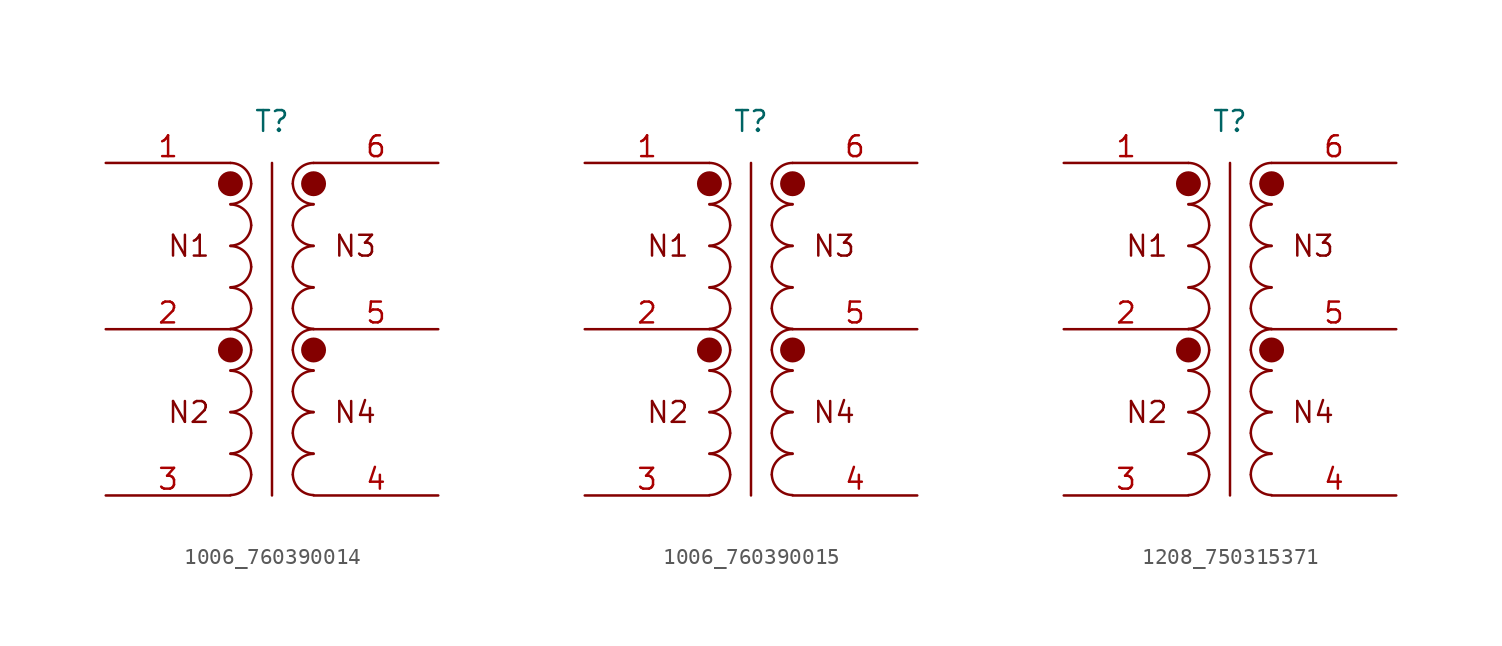
<source format=kicad_sym>
(kicad_symbol_lib
  (version 20220914)
  (generator kicad_symbol_editor)
  (symbol "1006_760390014"
    (pin_names hide)
    (property "Reference" "T"
      (at 0 12.7 0)
      (effects (font (size 1.27 1.27))))
    (property "Critical Parameter" ""
      (at 0 -5.08 0)
      (effects (font (size 1.27 1.27)) (justify left)))
    (symbol "1006_760390014_0_1"
      (arc (start -2.54 -10.1346) (mid -1.6561 -9.7663) (end -1.27 -8.89) (stroke (width 0) (type default)) (fill (type none)))
      (arc (start -2.54 -7.5946) (mid -1.6561 -7.2263) (end -1.27 -6.35) (stroke (width 0) (type default)) (fill (type none)))
      (arc (start -2.54 -5.0546) (mid -1.6561 -4.6863) (end -1.27 -3.81) (stroke (width 0) (type default)) (fill (type none)))
      (arc (start -2.54 -2.5146) (mid -1.6561 -2.1463) (end -1.27 -1.27) (stroke (width 0) (type default)) (fill (type none)))
      (arc (start -2.54 0.0254) (mid -1.6561 0.3937) (end -1.27 1.27) (stroke (width 0) (type default)) (fill (type none)))
      (arc (start -2.54 2.5654) (mid -1.6561 2.9337) (end -1.27 3.81) (stroke (width 0) (type default)) (fill (type none)))
      (arc (start -2.54 5.1054) (mid -1.6561 5.4737) (end -1.27 6.35) (stroke (width 0) (type default)) (fill (type none)))
      (arc (start -2.54 7.6454) (mid -1.6561 8.0137) (end -1.27 8.89) (stroke (width 0) (type default)) (fill (type none)))
      (arc (start -1.27 -8.89) (mid -1.642 -7.992) (end -2.54 -7.62) (stroke (width 0) (type default)) (fill (type none)))
      (arc (start -1.27 -6.35) (mid -1.642 -5.452) (end -2.54 -5.08) (stroke (width 0) (type default)) (fill (type none)))
      (arc (start -1.27 -3.81) (mid -1.642 -2.912) (end -2.54 -2.54) (stroke (width 0) (type default)) (fill (type none)))
      (arc (start -1.27 -1.27) (mid -1.642 -0.372) (end -2.54 0) (stroke (width 0) (type default)) (fill (type none)))
      (arc (start -1.27 1.27) (mid -1.642 2.168) (end -2.54 2.54) (stroke (width 0) (type default)) (fill (type none)))
      (arc (start -1.27 3.81) (mid -1.642 4.708) (end -2.54 5.08) (stroke (width 0) (type default)) (fill (type none)))
      (arc (start -1.27 6.35) (mid -1.642 7.248) (end -2.54 7.62) (stroke (width 0) (type default)) (fill (type none)))
      (arc (start -1.27 8.89) (mid -1.642 9.788) (end -2.54 10.16) (stroke (width 0) (type default)) (fill (type none)))
      (polyline (pts (xy 0 -10.16) (xy 0 10.16)) (stroke (width 0) (type default)) (fill (type none)))
      (arc (start 1.27 -8.89) (mid 1.6561 -9.7663) (end 2.54 -10.1346) (stroke (width 0) (type default)) (fill (type none)))
      (arc (start 1.27 -6.35) (mid 1.6561 -7.2263) (end 2.54 -7.5946) (stroke (width 0) (type default)) (fill (type none)))
      (arc (start 1.27 -3.81) (mid 1.6561 -4.6863) (end 2.54 -5.0546) (stroke (width 0) (type default)) (fill (type none)))
      (arc (start 1.27 -1.27) (mid 1.6561 -2.1463) (end 2.54 -2.5146) (stroke (width 0) (type default)) (fill (type none)))
      (arc (start 1.27 1.27) (mid 1.6561 0.3937) (end 2.54 0.0254) (stroke (width 0) (type default)) (fill (type none)))
      (arc (start 1.27 3.81) (mid 1.6561 2.9337) (end 2.54 2.5654) (stroke (width 0) (type default)) (fill (type none)))
      (arc (start 1.27 6.35) (mid 1.6561 5.4737) (end 2.54 5.1054) (stroke (width 0) (type default)) (fill (type none)))
      (arc (start 1.27 8.89) (mid 1.6561 8.0137) (end 2.54 7.6454) (stroke (width 0) (type default)) (fill (type none)))
      (arc (start 2.54 -7.62) (mid 1.642 -7.992) (end 1.27 -8.89) (stroke (width 0) (type default)) (fill (type none)))
      (arc (start 2.54 -5.08) (mid 1.642 -5.452) (end 1.27 -6.35) (stroke (width 0) (type default)) (fill (type none)))
      (arc (start 2.54 -2.54) (mid 1.642 -2.912) (end 1.27 -3.81) (stroke (width 0) (type default)) (fill (type none)))
      (arc (start 2.54 0) (mid 1.642 -0.372) (end 1.27 -1.27) (stroke (width 0) (type default)) (fill (type none)))
      (arc (start 2.54 2.54) (mid 1.642 2.168) (end 1.27 1.27) (stroke (width 0) (type default)) (fill (type none)))
      (arc (start 2.54 5.08) (mid 1.642 4.708) (end 1.27 3.81) (stroke (width 0) (type default)) (fill (type none)))
      (arc (start 2.54 7.62) (mid 1.642 7.248) (end 1.27 6.35) (stroke (width 0) (type default)) (fill (type none)))
      (arc (start 2.54 10.16) (mid 1.642 9.788) (end 1.27 8.89) (stroke (width 0) (type default)) (fill (type none))))
    (symbol "1006_760390014_1_1"
      (circle (center -2.54 -1.27) (radius 0.0001) (stroke (width 0.762) (type default)) (fill (type none)))
      (circle (center -2.54 8.89) (radius 0.0001) (stroke (width 0.762) (type default)) (fill (type none)))
      (circle (center 2.54 -1.27) (radius 0.0001) (stroke (width 0.762) (type default)) (fill (type none)))
      (circle (center 2.54 8.89) (radius 0.0001) (stroke (width 0.762) (type default)) (fill (type none)))
      (text "N1" (at -5.08 5.08 0) (effects (font (size 1.27 1.27))))
      (text "N2" (at -5.08 -5.08 0) (effects (font (size 1.27 1.27))))
      (text "N3" (at 5.08 5.08 0) (effects (font (size 1.27 1.27))))
      (text "N4" (at 5.08 -5.08 0) (effects (font (size 1.27 1.27))))
      (pin passive line (at -10.16 10.16 0) (length 7.62) (name "1" (effects (font (size 1.27 1.27)))) (number "1" (effects (font (size 1.27 1.27)))))
      (pin passive line (at -10.16 0 0) (length 7.62) (name "2" (effects (font (size 1.27 1.27)))) (number "2" (effects (font (size 1.27 1.27)))))
      (pin passive line (at -10.16 -10.16 0) (length 7.62) (name "3" (effects (font (size 1.27 1.27)))) (number "3" (effects (font (size 1.27 1.27)))))
      (pin passive line (at 10.16 -10.16 180) (length 7.62) (name "4" (effects (font (size 1.27 1.27)))) (number "4" (effects (font (size 1.27 1.27)))))
      (pin passive line (at 10.16 0 180) (length 7.62) (name "5" (effects (font (size 1.27 1.27)))) (number "5" (effects (font (size 1.27 1.27)))))
      (pin passive line (at 10.16 10.16 180) (length 7.62) (name "6" (effects (font (size 1.27 1.27)))) (number "6" (effects (font (size 1.27 1.27)))))))
  (symbol "1006_760390015"
    (pin_names hide)
    (property "Reference" "T"
      (at 0 12.7 0)
      (effects (font (size 1.27 1.27))))
    (property "Critical Parameter" ""
      (at 0 -5.08 0)
      (effects (font (size 1.27 1.27)) (justify left)))
    (symbol "1006_760390015_0_1"
      (arc (start -2.54 -10.1346) (mid -1.6561 -9.7663) (end -1.27 -8.89) (stroke (width 0) (type default)) (fill (type none)))
      (arc (start -2.54 -7.5946) (mid -1.6561 -7.2263) (end -1.27 -6.35) (stroke (width 0) (type default)) (fill (type none)))
      (arc (start -2.54 -5.0546) (mid -1.6561 -4.6863) (end -1.27 -3.81) (stroke (width 0) (type default)) (fill (type none)))
      (arc (start -2.54 -2.5146) (mid -1.6561 -2.1463) (end -1.27 -1.27) (stroke (width 0) (type default)) (fill (type none)))
      (arc (start -2.54 0.0254) (mid -1.6561 0.3937) (end -1.27 1.27) (stroke (width 0) (type default)) (fill (type none)))
      (arc (start -2.54 2.5654) (mid -1.6561 2.9337) (end -1.27 3.81) (stroke (width 0) (type default)) (fill (type none)))
      (arc (start -2.54 5.1054) (mid -1.6561 5.4737) (end -1.27 6.35) (stroke (width 0) (type default)) (fill (type none)))
      (arc (start -2.54 7.6454) (mid -1.6561 8.0137) (end -1.27 8.89) (stroke (width 0) (type default)) (fill (type none)))
      (arc (start -1.27 -8.89) (mid -1.642 -7.992) (end -2.54 -7.62) (stroke (width 0) (type default)) (fill (type none)))
      (arc (start -1.27 -6.35) (mid -1.642 -5.452) (end -2.54 -5.08) (stroke (width 0) (type default)) (fill (type none)))
      (arc (start -1.27 -3.81) (mid -1.642 -2.912) (end -2.54 -2.54) (stroke (width 0) (type default)) (fill (type none)))
      (arc (start -1.27 -1.27) (mid -1.642 -0.372) (end -2.54 0) (stroke (width 0) (type default)) (fill (type none)))
      (arc (start -1.27 1.27) (mid -1.642 2.168) (end -2.54 2.54) (stroke (width 0) (type default)) (fill (type none)))
      (arc (start -1.27 3.81) (mid -1.642 4.708) (end -2.54 5.08) (stroke (width 0) (type default)) (fill (type none)))
      (arc (start -1.27 6.35) (mid -1.642 7.248) (end -2.54 7.62) (stroke (width 0) (type default)) (fill (type none)))
      (arc (start -1.27 8.89) (mid -1.642 9.788) (end -2.54 10.16) (stroke (width 0) (type default)) (fill (type none)))
      (polyline (pts (xy 0 -10.16) (xy 0 10.16)) (stroke (width 0) (type default)) (fill (type none)))
      (arc (start 1.27 -8.89) (mid 1.6561 -9.7663) (end 2.54 -10.1346) (stroke (width 0) (type default)) (fill (type none)))
      (arc (start 1.27 -6.35) (mid 1.6561 -7.2263) (end 2.54 -7.5946) (stroke (width 0) (type default)) (fill (type none)))
      (arc (start 1.27 -3.81) (mid 1.6561 -4.6863) (end 2.54 -5.0546) (stroke (width 0) (type default)) (fill (type none)))
      (arc (start 1.27 -1.27) (mid 1.6561 -2.1463) (end 2.54 -2.5146) (stroke (width 0) (type default)) (fill (type none)))
      (arc (start 1.27 1.27) (mid 1.6561 0.3937) (end 2.54 0.0254) (stroke (width 0) (type default)) (fill (type none)))
      (arc (start 1.27 3.81) (mid 1.6561 2.9337) (end 2.54 2.5654) (stroke (width 0) (type default)) (fill (type none)))
      (arc (start 1.27 6.35) (mid 1.6561 5.4737) (end 2.54 5.1054) (stroke (width 0) (type default)) (fill (type none)))
      (arc (start 1.27 8.89) (mid 1.6561 8.0137) (end 2.54 7.6454) (stroke (width 0) (type default)) (fill (type none)))
      (arc (start 2.54 -7.62) (mid 1.642 -7.992) (end 1.27 -8.89) (stroke (width 0) (type default)) (fill (type none)))
      (arc (start 2.54 -5.08) (mid 1.642 -5.452) (end 1.27 -6.35) (stroke (width 0) (type default)) (fill (type none)))
      (arc (start 2.54 -2.54) (mid 1.642 -2.912) (end 1.27 -3.81) (stroke (width 0) (type default)) (fill (type none)))
      (arc (start 2.54 0) (mid 1.642 -0.372) (end 1.27 -1.27) (stroke (width 0) (type default)) (fill (type none)))
      (arc (start 2.54 2.54) (mid 1.642 2.168) (end 1.27 1.27) (stroke (width 0) (type default)) (fill (type none)))
      (arc (start 2.54 5.08) (mid 1.642 4.708) (end 1.27 3.81) (stroke (width 0) (type default)) (fill (type none)))
      (arc (start 2.54 7.62) (mid 1.642 7.248) (end 1.27 6.35) (stroke (width 0) (type default)) (fill (type none)))
      (arc (start 2.54 10.16) (mid 1.642 9.788) (end 1.27 8.89) (stroke (width 0) (type default)) (fill (type none))))
    (symbol "1006_760390015_1_1"
      (circle (center -2.54 -1.27) (radius 0.0001) (stroke (width 0.762) (type default)) (fill (type none)))
      (circle (center -2.54 8.89) (radius 0.0001) (stroke (width 0.762) (type default)) (fill (type none)))
      (circle (center 2.54 -1.27) (radius 0.0001) (stroke (width 0.762) (type default)) (fill (type none)))
      (circle (center 2.54 8.89) (radius 0.0001) (stroke (width 0.762) (type default)) (fill (type none)))
      (text "N1" (at -5.08 5.08 0) (effects (font (size 1.27 1.27))))
      (text "N2" (at -5.08 -5.08 0) (effects (font (size 1.27 1.27))))
      (text "N3" (at 5.08 5.08 0) (effects (font (size 1.27 1.27))))
      (text "N4" (at 5.08 -5.08 0) (effects (font (size 1.27 1.27))))
      (pin passive line (at -10.16 10.16 0) (length 7.62) (name "1" (effects (font (size 1.27 1.27)))) (number "1" (effects (font (size 1.27 1.27)))))
      (pin passive line (at -10.16 0 0) (length 7.62) (name "2" (effects (font (size 1.27 1.27)))) (number "2" (effects (font (size 1.27 1.27)))))
      (pin passive line (at -10.16 -10.16 0) (length 7.62) (name "3" (effects (font (size 1.27 1.27)))) (number "3" (effects (font (size 1.27 1.27)))))
      (pin passive line (at 10.16 -10.16 180) (length 7.62) (name "4" (effects (font (size 1.27 1.27)))) (number "4" (effects (font (size 1.27 1.27)))))
      (pin passive line (at 10.16 0 180) (length 7.62) (name "5" (effects (font (size 1.27 1.27)))) (number "5" (effects (font (size 1.27 1.27)))))
      (pin passive line (at 10.16 10.16 180) (length 7.62) (name "6" (effects (font (size 1.27 1.27)))) (number "6" (effects (font (size 1.27 1.27)))))))
  (symbol "1208_750315371"
    (pin_names hide)
    (property "Reference" "T"
      (at 0 12.7 0)
      (effects (font (size 1.27 1.27))))
    (property "Critical Parameter" ""
      (at 0 -5.08 0)
      (effects (font (size 1.27 1.27)) (justify left)))
    (symbol "1208_750315371_0_1"
      (arc (start -2.54 -10.1346) (mid -1.6561 -9.7663) (end -1.27 -8.89) (stroke (width 0) (type default)) (fill (type none)))
      (arc (start -2.54 -7.5946) (mid -1.6561 -7.2263) (end -1.27 -6.35) (stroke (width 0) (type default)) (fill (type none)))
      (arc (start -2.54 -5.0546) (mid -1.6561 -4.6863) (end -1.27 -3.81) (stroke (width 0) (type default)) (fill (type none)))
      (arc (start -2.54 -2.5146) (mid -1.6561 -2.1463) (end -1.27 -1.27) (stroke (width 0) (type default)) (fill (type none)))
      (arc (start -2.54 0.0254) (mid -1.6561 0.3937) (end -1.27 1.27) (stroke (width 0) (type default)) (fill (type none)))
      (arc (start -2.54 2.5654) (mid -1.6561 2.9337) (end -1.27 3.81) (stroke (width 0) (type default)) (fill (type none)))
      (arc (start -2.54 5.1054) (mid -1.6561 5.4737) (end -1.27 6.35) (stroke (width 0) (type default)) (fill (type none)))
      (arc (start -2.54 7.6454) (mid -1.6561 8.0137) (end -1.27 8.89) (stroke (width 0) (type default)) (fill (type none)))
      (arc (start -1.27 -8.89) (mid -1.642 -7.992) (end -2.54 -7.62) (stroke (width 0) (type default)) (fill (type none)))
      (arc (start -1.27 -6.35) (mid -1.642 -5.452) (end -2.54 -5.08) (stroke (width 0) (type default)) (fill (type none)))
      (arc (start -1.27 -3.81) (mid -1.642 -2.912) (end -2.54 -2.54) (stroke (width 0) (type default)) (fill (type none)))
      (arc (start -1.27 -1.27) (mid -1.642 -0.372) (end -2.54 0) (stroke (width 0) (type default)) (fill (type none)))
      (arc (start -1.27 1.27) (mid -1.642 2.168) (end -2.54 2.54) (stroke (width 0) (type default)) (fill (type none)))
      (arc (start -1.27 3.81) (mid -1.642 4.708) (end -2.54 5.08) (stroke (width 0) (type default)) (fill (type none)))
      (arc (start -1.27 6.35) (mid -1.642 7.248) (end -2.54 7.62) (stroke (width 0) (type default)) (fill (type none)))
      (arc (start -1.27 8.89) (mid -1.642 9.788) (end -2.54 10.16) (stroke (width 0) (type default)) (fill (type none)))
      (polyline (pts (xy 0 -10.16) (xy 0 10.16)) (stroke (width 0) (type default)) (fill (type none)))
      (arc (start 1.27 -8.89) (mid 1.6561 -9.7663) (end 2.54 -10.1346) (stroke (width 0) (type default)) (fill (type none)))
      (arc (start 1.27 -6.35) (mid 1.6561 -7.2263) (end 2.54 -7.5946) (stroke (width 0) (type default)) (fill (type none)))
      (arc (start 1.27 -3.81) (mid 1.6561 -4.6863) (end 2.54 -5.0546) (stroke (width 0) (type default)) (fill (type none)))
      (arc (start 1.27 -1.27) (mid 1.6561 -2.1463) (end 2.54 -2.5146) (stroke (width 0) (type default)) (fill (type none)))
      (arc (start 1.27 1.27) (mid 1.6561 0.3937) (end 2.54 0.0254) (stroke (width 0) (type default)) (fill (type none)))
      (arc (start 1.27 3.81) (mid 1.6561 2.9337) (end 2.54 2.5654) (stroke (width 0) (type default)) (fill (type none)))
      (arc (start 1.27 6.35) (mid 1.6561 5.4737) (end 2.54 5.1054) (stroke (width 0) (type default)) (fill (type none)))
      (arc (start 1.27 8.89) (mid 1.6561 8.0137) (end 2.54 7.6454) (stroke (width 0) (type default)) (fill (type none)))
      (arc (start 2.54 -7.62) (mid 1.642 -7.992) (end 1.27 -8.89) (stroke (width 0) (type default)) (fill (type none)))
      (arc (start 2.54 -5.08) (mid 1.642 -5.452) (end 1.27 -6.35) (stroke (width 0) (type default)) (fill (type none)))
      (arc (start 2.54 -2.54) (mid 1.642 -2.912) (end 1.27 -3.81) (stroke (width 0) (type default)) (fill (type none)))
      (arc (start 2.54 0) (mid 1.642 -0.372) (end 1.27 -1.27) (stroke (width 0) (type default)) (fill (type none)))
      (arc (start 2.54 2.54) (mid 1.642 2.168) (end 1.27 1.27) (stroke (width 0) (type default)) (fill (type none)))
      (arc (start 2.54 5.08) (mid 1.642 4.708) (end 1.27 3.81) (stroke (width 0) (type default)) (fill (type none)))
      (arc (start 2.54 7.62) (mid 1.642 7.248) (end 1.27 6.35) (stroke (width 0) (type default)) (fill (type none)))
      (arc (start 2.54 10.16) (mid 1.642 9.788) (end 1.27 8.89) (stroke (width 0) (type default)) (fill (type none))))
    (symbol "1208_750315371_1_1"
      (circle (center -2.54 -1.27) (radius 0.0001) (stroke (width 0.762) (type default)) (fill (type none)))
      (circle (center -2.54 8.89) (radius 0.0001) (stroke (width 0.762) (type default)) (fill (type none)))
      (circle (center 2.54 -1.27) (radius 0.0001) (stroke (width 0.762) (type default)) (fill (type none)))
      (circle (center 2.54 8.89) (radius 0.0001) (stroke (width 0.762) (type default)) (fill (type none)))
      (text "N1" (at -5.08 5.08 0) (effects (font (size 1.27 1.27))))
      (text "N2" (at -5.08 -5.08 0) (effects (font (size 1.27 1.27))))
      (text "N3" (at 5.08 5.08 0) (effects (font (size 1.27 1.27))))
      (text "N4" (at 5.08 -5.08 0) (effects (font (size 1.27 1.27))))
      (pin passive line (at -10.16 10.16 0) (length 7.62) (name "1" (effects (font (size 1.27 1.27)))) (number "1" (effects (font (size 1.27 1.27)))))
      (pin passive line (at -10.16 0 0) (length 7.62) (name "2" (effects (font (size 1.27 1.27)))) (number "2" (effects (font (size 1.27 1.27)))))
      (pin passive line (at -10.16 -10.16 0) (length 7.62) (name "3" (effects (font (size 1.27 1.27)))) (number "3" (effects (font (size 1.27 1.27)))))
      (pin passive line (at 10.16 -10.16 180) (length 7.62) (name "4" (effects (font (size 1.27 1.27)))) (number "4" (effects (font (size 1.27 1.27)))))
      (pin passive line (at 10.16 0 180) (length 7.62) (name "5" (effects (font (size 1.27 1.27)))) (number "5" (effects (font (size 1.27 1.27)))))
      (pin passive line (at 10.16 10.16 180) (length 7.62) (name "6" (effects (font (size 1.27 1.27)))) (number "6" (effects (font (size 1.27 1.27))))))))
</source>
